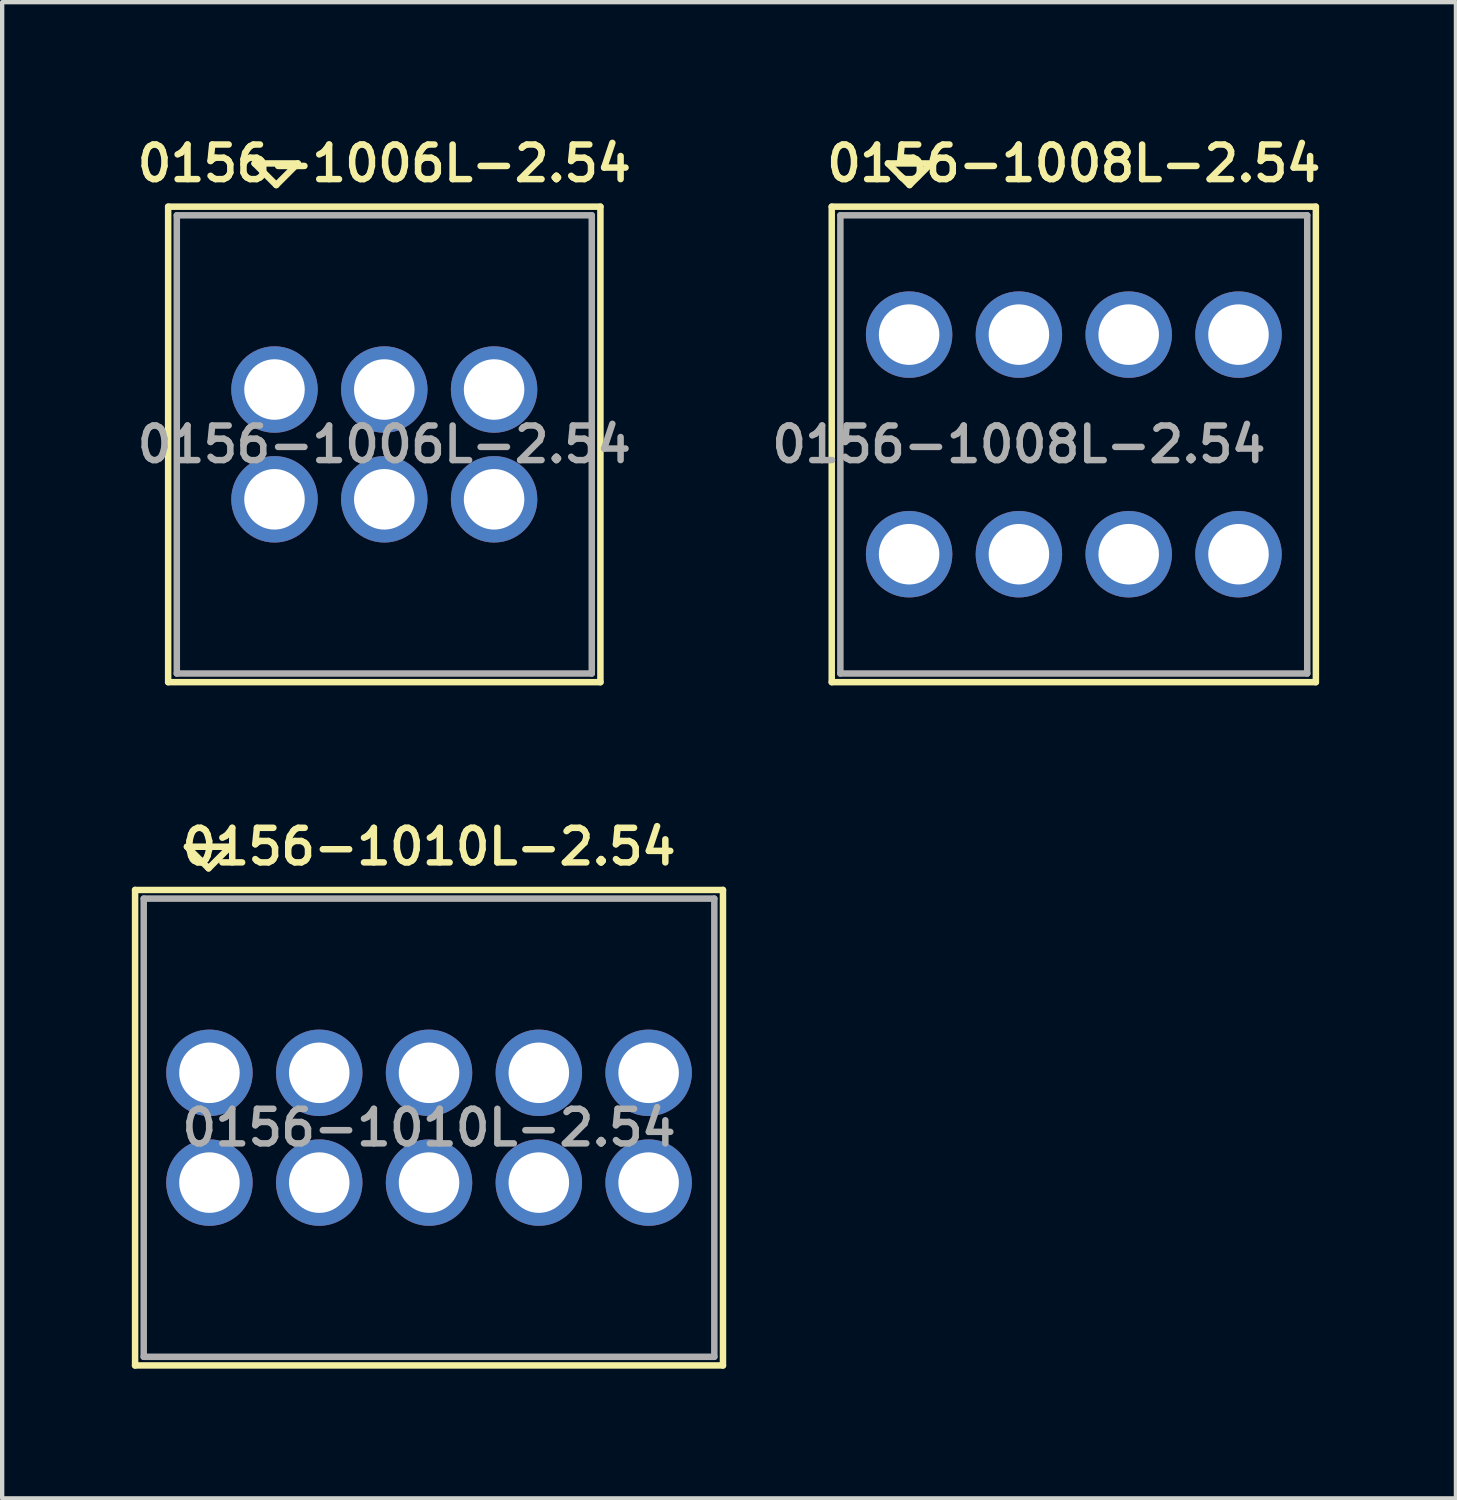
<source format=kicad_pcb>
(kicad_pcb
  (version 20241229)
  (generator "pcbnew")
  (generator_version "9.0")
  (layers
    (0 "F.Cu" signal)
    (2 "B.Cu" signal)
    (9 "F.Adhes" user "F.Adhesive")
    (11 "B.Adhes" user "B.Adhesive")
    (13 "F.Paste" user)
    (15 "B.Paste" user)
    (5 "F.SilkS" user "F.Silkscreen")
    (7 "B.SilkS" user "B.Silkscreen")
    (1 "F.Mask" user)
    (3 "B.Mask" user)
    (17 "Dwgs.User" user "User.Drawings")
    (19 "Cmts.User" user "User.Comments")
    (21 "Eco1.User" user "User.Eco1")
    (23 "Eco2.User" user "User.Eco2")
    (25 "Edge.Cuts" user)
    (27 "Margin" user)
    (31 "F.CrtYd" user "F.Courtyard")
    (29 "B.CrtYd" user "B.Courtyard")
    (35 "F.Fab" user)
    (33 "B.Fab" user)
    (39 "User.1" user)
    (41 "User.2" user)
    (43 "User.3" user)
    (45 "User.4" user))
  (footprint "0156-1008L-2.54"
    (layer "F.Cu")
    (at 21.791 7.231)
    (property "Reference" "0156-1008L-2.54" (at 0 -6.5 0) (layer "F.SilkS") (effects (font (size 0.8 0.8) (thickness 0.15))))
    (attr through_hole)
    (fp_line (start -5.6 -5.5) (end -5.6 5.5) (stroke (width 0.15) (type solid)) (layer "F.SilkS"))
    (fp_line (start -5.6 5.5) (end 5.6 5.5) (stroke (width 0.15) (type solid)) (layer "F.SilkS"))
    (fp_line (start -4.3 -6.5) (end -3.3 -6.5) (stroke (width 0.15) (type solid)) (layer "F.SilkS"))
    (fp_line (start -3.8 -6) (end -4.3 -6.5) (stroke (width 0.15) (type solid)) (layer "F.SilkS"))
    (fp_line (start -3.3 -6.5) (end -3.8 -6) (stroke (width 0.15) (type solid)) (layer "F.SilkS"))
    (fp_line (start 5.6 -5.5) (end -5.6 -5.5) (stroke (width 0.15) (type solid)) (layer "F.SilkS"))
    (fp_line (start 5.6 5.5) (end 5.6 -5.5) (stroke (width 0.15) (type solid)) (layer "F.SilkS"))
    (fp_line (start -5.4 -5.3) (end -5.4 5.3) (stroke (width 0.15) (type solid)) (layer "F.Fab"))
    (fp_line (start -5.4 5.3) (end 5.4 5.3) (stroke (width 0.15) (type solid)) (layer "F.Fab"))
    (fp_line (start -4.21 -2.94) (end -4.21 -2.14) (stroke (width 0.15) (type solid)) (layer "F.Fab"))
    (fp_line (start -4.21 -2.14) (end -3.41 -2.14) (stroke (width 0.15) (type solid)) (layer "F.Fab"))
    (fp_line (start -4.21 2.14) (end -4.21 2.94) (stroke (width 0.15) (type solid)) (layer "F.Fab"))
    (fp_line (start -4.21 2.94) (end -3.41 2.94) (stroke (width 0.15) (type solid)) (layer "F.Fab"))
    (fp_line (start -3.41 -2.94) (end -4.21 -2.94) (stroke (width 0.15) (type solid)) (layer "F.Fab"))
    (fp_line (start -3.41 -2.14) (end -3.41 -2.94) (stroke (width 0.15) (type solid)) (layer "F.Fab"))
    (fp_line (start -3.41 2.14) (end -4.21 2.14) (stroke (width 0.15) (type solid)) (layer "F.Fab"))
    (fp_line (start -3.41 2.94) (end -3.41 2.14) (stroke (width 0.15) (type solid)) (layer "F.Fab"))
    (fp_line (start -1.67 -2.94) (end -1.67 -2.14) (stroke (width 0.15) (type solid)) (layer "F.Fab"))
    (fp_line (start -1.67 -2.14) (end -0.87 -2.14) (stroke (width 0.15) (type solid)) (layer "F.Fab"))
    (fp_line (start -1.67 2.14) (end -1.67 2.94) (stroke (width 0.15) (type solid)) (layer "F.Fab"))
    (fp_line (start -1.67 2.94) (end -0.87 2.94) (stroke (width 0.15) (type solid)) (layer "F.Fab"))
    (fp_line (start -0.87 -2.94) (end -1.67 -2.94) (stroke (width 0.15) (type solid)) (layer "F.Fab"))
    (fp_line (start -0.87 -2.14) (end -0.87 -2.94) (stroke (width 0.15) (type solid)) (layer "F.Fab"))
    (fp_line (start -0.87 2.14) (end -1.67 2.14) (stroke (width 0.15) (type solid)) (layer "F.Fab"))
    (fp_line (start -0.87 2.94) (end -0.87 2.14) (stroke (width 0.15) (type solid)) (layer "F.Fab"))
    (fp_line (start 0.87 -2.94) (end 0.87 -2.14) (stroke (width 0.15) (type solid)) (layer "F.Fab"))
    (fp_line (start 0.87 -2.14) (end 1.67 -2.14) (stroke (width 0.15) (type solid)) (layer "F.Fab"))
    (fp_line (start 0.87 2.14) (end 0.87 2.94) (stroke (width 0.15) (type solid)) (layer "F.Fab"))
    (fp_line (start 0.87 2.94) (end 1.67 2.94) (stroke (width 0.15) (type solid)) (layer "F.Fab"))
    (fp_line (start 1.67 -2.94) (end 0.87 -2.94) (stroke (width 0.15) (type solid)) (layer "F.Fab"))
    (fp_line (start 1.67 -2.14) (end 1.67 -2.94) (stroke (width 0.15) (type solid)) (layer "F.Fab"))
    (fp_line (start 1.67 2.14) (end 0.87 2.14) (stroke (width 0.15) (type solid)) (layer "F.Fab"))
    (fp_line (start 1.67 2.94) (end 1.67 2.14) (stroke (width 0.15) (type solid)) (layer "F.Fab"))
    (fp_line (start 5.4 -5.3) (end -5.4 -5.3) (stroke (width 0.15) (type solid)) (layer "F.Fab"))
    (fp_line (start 5.4 5.3) (end 5.4 -5.3) (stroke (width 0.15) (type solid)) (layer "F.Fab"))
    (fp_text user "${REFERENCE}" (at -1.27 0 0) (layer "F.Fab") (effects (font (size 0.8 0.8) (thickness 0.15))))
    (pad "1" thru_hole circle (at -3.81 -2.54) (size 2 2) (drill 1.4) (layers "*.Cu" "*.Mask"))
    (pad "2" thru_hole circle (at -1.27 -2.54) (size 2 2) (drill 1.4) (layers "*.Cu" "*.Mask"))
    (pad "3" thru_hole circle (at 1.27 -2.54) (size 2 2) (drill 1.4) (layers "*.Cu" "*.Mask"))
    (pad "4" thru_hole circle (at 3.81 -2.54) (size 2 2) (drill 1.4) (layers "*.Cu" "*.Mask"))
    (pad "5" thru_hole circle (at -3.81 2.54) (size 2 2) (drill 1.4) (layers "*.Cu" "*.Mask"))
    (pad "6" thru_hole circle (at -1.27 2.54) (size 2 2) (drill 1.4) (layers "*.Cu" "*.Mask"))
    (pad "7" thru_hole circle (at 1.27 2.54) (size 2 2) (drill 1.4) (layers "*.Cu" "*.Mask"))
    (pad "8" thru_hole circle (at 3.81 2.54) (size 2 2) (drill 1.4) (layers "*.Cu" "*.Mask")))
  (footprint "0156-1006L-2.54"
    (layer "F.Cu")
    (at 5.84 7.231)
    (property "Reference" "0156-1006L-2.54" (at 0 -6.5 0) (layer "F.SilkS") (effects (font (size 0.8 0.8) (thickness 0.15))))
    (attr through_hole)
    (fp_line (start -5 -5.5) (end -5 5.5) (stroke (width 0.15) (type solid)) (layer "F.SilkS"))
    (fp_line (start -5 5.5) (end 5 5.5) (stroke (width 0.15) (type solid)) (layer "F.SilkS"))
    (fp_line (start -3 -6.5) (end -2 -6.5) (stroke (width 0.15) (type solid)) (layer "F.SilkS"))
    (fp_line (start -2.5 -6) (end -3 -6.5) (stroke (width 0.15) (type solid)) (layer "F.SilkS"))
    (fp_line (start -2 -6.5) (end -2.5 -6) (stroke (width 0.15) (type solid)) (layer "F.SilkS"))
    (fp_line (start 5 -5.5) (end -5 -5.5) (stroke (width 0.15) (type solid)) (layer "F.SilkS"))
    (fp_line (start 5 5.5) (end 5 -5.5) (stroke (width 0.15) (type solid)) (layer "F.SilkS"))
    (fp_line (start -4.8 -5.3) (end -4.8 5.3) (stroke (width 0.15) (type solid)) (layer "F.Fab"))
    (fp_line (start -4.8 5.3) (end 4.8 5.3) (stroke (width 0.15) (type solid)) (layer "F.Fab"))
    (fp_line (start -2.94 -1.67) (end -2.94 -0.87) (stroke (width 0.15) (type solid)) (layer "F.Fab"))
    (fp_line (start -2.94 -0.87) (end -2.14 -0.87) (stroke (width 0.15) (type solid)) (layer "F.Fab"))
    (fp_line (start -2.94 0.87) (end -2.94 1.67) (stroke (width 0.15) (type solid)) (layer "F.Fab"))
    (fp_line (start -2.94 1.67) (end -2.14 1.67) (stroke (width 0.15) (type solid)) (layer "F.Fab"))
    (fp_line (start -2.14 -1.67) (end -2.94 -1.67) (stroke (width 0.15) (type solid)) (layer "F.Fab"))
    (fp_line (start -2.14 -0.87) (end -2.14 -1.67) (stroke (width 0.15) (type solid)) (layer "F.Fab"))
    (fp_line (start -2.14 0.87) (end -2.94 0.87) (stroke (width 0.15) (type solid)) (layer "F.Fab"))
    (fp_line (start -2.14 1.67) (end -2.14 0.87) (stroke (width 0.15) (type solid)) (layer "F.Fab"))
    (fp_line (start -0.4 -1.67) (end -0.4 -0.87) (stroke (width 0.15) (type solid)) (layer "F.Fab"))
    (fp_line (start -0.4 -0.87) (end 0.4 -0.87) (stroke (width 0.15) (type solid)) (layer "F.Fab"))
    (fp_line (start -0.4 0.87) (end -0.4 1.67) (stroke (width 0.15) (type solid)) (layer "F.Fab"))
    (fp_line (start -0.4 1.67) (end 0.4 1.67) (stroke (width 0.15) (type solid)) (layer "F.Fab"))
    (fp_line (start 0.4 -1.67) (end -0.4 -1.67) (stroke (width 0.15) (type solid)) (layer "F.Fab"))
    (fp_line (start 0.4 -0.87) (end 0.4 -1.67) (stroke (width 0.15) (type solid)) (layer "F.Fab"))
    (fp_line (start 0.4 0.87) (end -0.4 0.87) (stroke (width 0.15) (type solid)) (layer "F.Fab"))
    (fp_line (start 0.4 1.67) (end 0.4 0.87) (stroke (width 0.15) (type solid)) (layer "F.Fab"))
    (fp_line (start 2.14 -1.67) (end 2.14 -0.87) (stroke (width 0.15) (type solid)) (layer "F.Fab"))
    (fp_line (start 2.14 -0.87) (end 2.94 -0.87) (stroke (width 0.15) (type solid)) (layer "F.Fab"))
    (fp_line (start 2.14 0.87) (end 2.14 1.67) (stroke (width 0.15) (type solid)) (layer "F.Fab"))
    (fp_line (start 2.14 1.67) (end 2.94 1.67) (stroke (width 0.15) (type solid)) (layer "F.Fab"))
    (fp_line (start 2.94 -1.67) (end 2.14 -1.67) (stroke (width 0.15) (type solid)) (layer "F.Fab"))
    (fp_line (start 2.94 -0.87) (end 2.94 -1.67) (stroke (width 0.15) (type solid)) (layer "F.Fab"))
    (fp_line (start 2.94 0.87) (end 2.14 0.87) (stroke (width 0.15) (type solid)) (layer "F.Fab"))
    (fp_line (start 2.94 1.67) (end 2.94 0.87) (stroke (width 0.15) (type solid)) (layer "F.Fab"))
    (fp_line (start 4.8 -5.3) (end -4.8 -5.3) (stroke (width 0.15) (type solid)) (layer "F.Fab"))
    (fp_line (start 4.8 5.3) (end 4.8 -5.3) (stroke (width 0.15) (type solid)) (layer "F.Fab"))
    (fp_text user "${REFERENCE}" (at 0 0 0) (layer "F.Fab") (effects (font (size 0.8 0.8) (thickness 0.15))))
    (pad "1" thru_hole circle (at -2.54 -1.27) (size 2 2) (drill 1.4) (layers "*.Cu" "*.Mask"))
    (pad "2" thru_hole circle (at 0 -1.27) (size 2 2) (drill 1.4) (layers "*.Cu" "*.Mask"))
    (pad "3" thru_hole circle (at 2.54 -1.27) (size 2 2) (drill 1.4) (layers "*.Cu" "*.Mask"))
    (pad "4" thru_hole circle (at -2.54 1.27) (size 2 2) (drill 1.4) (layers "*.Cu" "*.Mask"))
    (pad "5" thru_hole circle (at 0 1.27) (size 2 2) (drill 1.4) (layers "*.Cu" "*.Mask"))
    (pad "6" thru_hole circle (at 2.54 1.27) (size 2 2) (drill 1.4) (layers "*.Cu" "*.Mask")))
  (footprint "0156-1010L-2.54"
    (layer "F.Cu")
    (at 6.875 23.038)
    (property "Reference" "0156-1010L-2.54" (at 0 -6.5 0) (layer "F.SilkS") (effects (font (size 0.8 0.8) (thickness 0.15))))
    (attr through_hole)
    (fp_line (start -6.8 -5.5) (end -6.8 5.5) (stroke (width 0.15) (type solid)) (layer "F.SilkS"))
    (fp_line (start -6.8 5.5) (end 6.8 5.5) (stroke (width 0.15) (type solid)) (layer "F.SilkS"))
    (fp_line (start -5.6 -6.5) (end -4.6 -6.5) (stroke (width 0.15) (type solid)) (layer "F.SilkS"))
    (fp_line (start -5.1 -6) (end -5.6 -6.5) (stroke (width 0.15) (type solid)) (layer "F.SilkS"))
    (fp_line (start -4.6 -6.5) (end -5.1 -6) (stroke (width 0.15) (type solid)) (layer "F.SilkS"))
    (fp_line (start 6.8 -5.5) (end -6.8 -5.5) (stroke (width 0.15) (type solid)) (layer "F.SilkS"))
    (fp_line (start 6.8 5.5) (end 6.8 -5.5) (stroke (width 0.15) (type solid)) (layer "F.SilkS"))
    (fp_line (start -6.6 -5.3) (end -6.6 5.3) (stroke (width 0.15) (type solid)) (layer "F.Fab"))
    (fp_line (start -6.6 5.3) (end 6.6 5.3) (stroke (width 0.15) (type solid)) (layer "F.Fab"))
    (fp_line (start -5.48 -1.67) (end -5.48 -0.87) (stroke (width 0.15) (type solid)) (layer "F.Fab"))
    (fp_line (start -5.48 -0.87) (end -4.68 -0.87) (stroke (width 0.15) (type solid)) (layer "F.Fab"))
    (fp_line (start -5.48 0.87) (end -5.48 1.67) (stroke (width 0.15) (type solid)) (layer "F.Fab"))
    (fp_line (start -5.48 1.67) (end -4.68 1.67) (stroke (width 0.15) (type solid)) (layer "F.Fab"))
    (fp_line (start -4.68 -1.67) (end -5.48 -1.67) (stroke (width 0.15) (type solid)) (layer "F.Fab"))
    (fp_line (start -4.68 -0.87) (end -4.68 -1.67) (stroke (width 0.15) (type solid)) (layer "F.Fab"))
    (fp_line (start -4.68 0.87) (end -5.48 0.87) (stroke (width 0.15) (type solid)) (layer "F.Fab"))
    (fp_line (start -4.68 1.67) (end -4.68 0.87) (stroke (width 0.15) (type solid)) (layer "F.Fab"))
    (fp_line (start -2.94 -1.67) (end -2.94 -0.87) (stroke (width 0.15) (type solid)) (layer "F.Fab"))
    (fp_line (start -2.94 -0.87) (end -2.14 -0.87) (stroke (width 0.15) (type solid)) (layer "F.Fab"))
    (fp_line (start -2.94 0.87) (end -2.94 1.67) (stroke (width 0.15) (type solid)) (layer "F.Fab"))
    (fp_line (start -2.94 1.67) (end -2.14 1.67) (stroke (width 0.15) (type solid)) (layer "F.Fab"))
    (fp_line (start -2.14 -1.67) (end -2.94 -1.67) (stroke (width 0.15) (type solid)) (layer "F.Fab"))
    (fp_line (start -2.14 -0.87) (end -2.14 -1.67) (stroke (width 0.15) (type solid)) (layer "F.Fab"))
    (fp_line (start -2.14 0.87) (end -2.94 0.87) (stroke (width 0.15) (type solid)) (layer "F.Fab"))
    (fp_line (start -2.14 1.67) (end -2.14 0.87) (stroke (width 0.15) (type solid)) (layer "F.Fab"))
    (fp_line (start -0.4 -1.67) (end -0.4 -0.87) (stroke (width 0.15) (type solid)) (layer "F.Fab"))
    (fp_line (start -0.4 -0.87) (end 0.4 -0.87) (stroke (width 0.15) (type solid)) (layer "F.Fab"))
    (fp_line (start -0.4 0.87) (end -0.4 1.67) (stroke (width 0.15) (type solid)) (layer "F.Fab"))
    (fp_line (start -0.4 1.67) (end 0.4 1.67) (stroke (width 0.15) (type solid)) (layer "F.Fab"))
    (fp_line (start 0.4 -1.67) (end -0.4 -1.67) (stroke (width 0.15) (type solid)) (layer "F.Fab"))
    (fp_line (start 0.4 -0.87) (end 0.4 -1.67) (stroke (width 0.15) (type solid)) (layer "F.Fab"))
    (fp_line (start 0.4 0.87) (end -0.4 0.87) (stroke (width 0.15) (type solid)) (layer "F.Fab"))
    (fp_line (start 0.4 1.67) (end 0.4 0.87) (stroke (width 0.15) (type solid)) (layer "F.Fab"))
    (fp_line (start 2.14 -1.67) (end 2.14 -0.87) (stroke (width 0.15) (type solid)) (layer "F.Fab"))
    (fp_line (start 2.14 -0.87) (end 2.94 -0.87) (stroke (width 0.15) (type solid)) (layer "F.Fab"))
    (fp_line (start 2.14 0.87) (end 2.14 1.67) (stroke (width 0.15) (type solid)) (layer "F.Fab"))
    (fp_line (start 2.14 1.67) (end 2.94 1.67) (stroke (width 0.15) (type solid)) (layer "F.Fab"))
    (fp_line (start 2.94 -1.67) (end 2.14 -1.67) (stroke (width 0.15) (type solid)) (layer "F.Fab"))
    (fp_line (start 2.94 -0.87) (end 2.94 -1.67) (stroke (width 0.15) (type solid)) (layer "F.Fab"))
    (fp_line (start 2.94 0.87) (end 2.14 0.87) (stroke (width 0.15) (type solid)) (layer "F.Fab"))
    (fp_line (start 2.94 1.67) (end 2.94 0.87) (stroke (width 0.15) (type solid)) (layer "F.Fab"))
    (fp_line (start 4.68 -1.67) (end 4.68 -0.87) (stroke (width 0.15) (type solid)) (layer "F.Fab"))
    (fp_line (start 4.68 -0.87) (end 5.48 -0.87) (stroke (width 0.15) (type solid)) (layer "F.Fab"))
    (fp_line (start 4.68 0.87) (end 4.68 1.67) (stroke (width 0.15) (type solid)) (layer "F.Fab"))
    (fp_line (start 4.68 1.67) (end 5.48 1.67) (stroke (width 0.15) (type solid)) (layer "F.Fab"))
    (fp_line (start 5.48 -1.67) (end 4.68 -1.67) (stroke (width 0.15) (type solid)) (layer "F.Fab"))
    (fp_line (start 5.48 -0.87) (end 5.48 -1.67) (stroke (width 0.15) (type solid)) (layer "F.Fab"))
    (fp_line (start 5.48 0.87) (end 4.68 0.87) (stroke (width 0.15) (type solid)) (layer "F.Fab"))
    (fp_line (start 5.48 1.67) (end 5.48 0.87) (stroke (width 0.15) (type solid)) (layer "F.Fab"))
    (fp_line (start 6.6 -5.3) (end -6.6 -5.3) (stroke (width 0.15) (type solid)) (layer "F.Fab"))
    (fp_line (start 6.6 5.3) (end 6.6 -5.3) (stroke (width 0.15) (type solid)) (layer "F.Fab"))
    (fp_text user "${REFERENCE}" (at 0 0 0) (layer "F.Fab") (effects (font (size 0.8 0.8) (thickness 0.15))))
    (pad "1" thru_hole circle (at -5.08 -1.27) (size 2 2) (drill 1.4) (layers "*.Cu" "*.Mask"))
    (pad "2" thru_hole circle (at -2.54 -1.27) (size 2 2) (drill 1.4) (layers "*.Cu" "*.Mask"))
    (pad "3" thru_hole circle (at 0 -1.27) (size 2 2) (drill 1.4) (layers "*.Cu" "*.Mask"))
    (pad "4" thru_hole circle (at 2.54 -1.27) (size 2 2) (drill 1.4) (layers "*.Cu" "*.Mask"))
    (pad "5" thru_hole circle (at 5.08 -1.27) (size 2 2) (drill 1.4) (layers "*.Cu" "*.Mask"))
    (pad "6" thru_hole circle (at -5.08 1.27) (size 2 2) (drill 1.4) (layers "*.Cu" "*.Mask"))
    (pad "7" thru_hole circle (at -2.54 1.27) (size 2 2) (drill 1.4) (layers "*.Cu" "*.Mask"))
    (pad "8" thru_hole circle (at 0 1.27) (size 2 2) (drill 1.4) (layers "*.Cu" "*.Mask"))
    (pad "9" thru_hole circle (at 2.54 1.27) (size 2 2) (drill 1.4) (layers "*.Cu" "*.Mask"))
    (pad "10" thru_hole circle (at 5.08 1.27) (size 2 2) (drill 1.4) (layers "*.Cu" "*.Mask")))
  (gr_rect
    (start -3 -3)
    (end 30.631 31.613)
    (stroke (width 0.1) (type default))
    (fill no)
    (layer "Edge.Cuts")))
</source>
